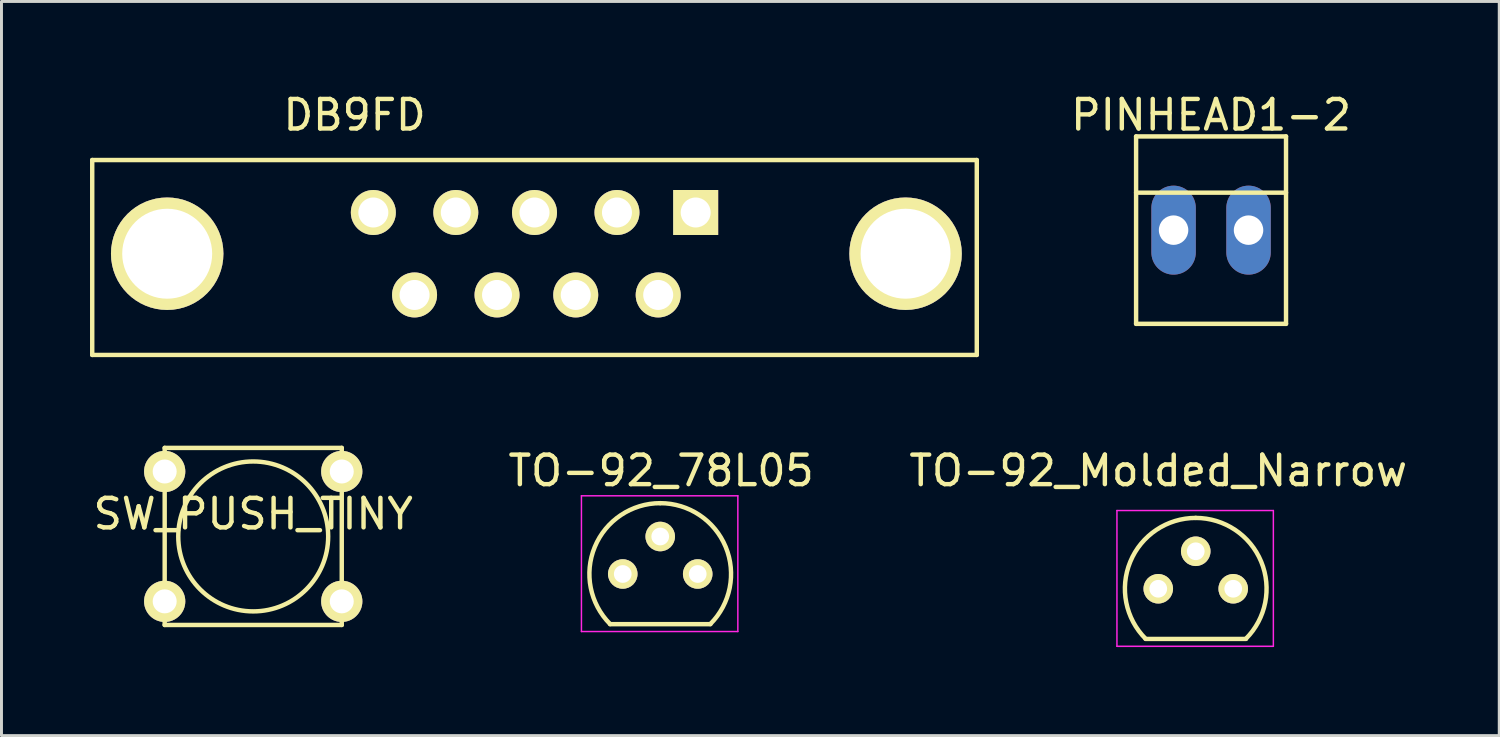
<source format=kicad_pcb>
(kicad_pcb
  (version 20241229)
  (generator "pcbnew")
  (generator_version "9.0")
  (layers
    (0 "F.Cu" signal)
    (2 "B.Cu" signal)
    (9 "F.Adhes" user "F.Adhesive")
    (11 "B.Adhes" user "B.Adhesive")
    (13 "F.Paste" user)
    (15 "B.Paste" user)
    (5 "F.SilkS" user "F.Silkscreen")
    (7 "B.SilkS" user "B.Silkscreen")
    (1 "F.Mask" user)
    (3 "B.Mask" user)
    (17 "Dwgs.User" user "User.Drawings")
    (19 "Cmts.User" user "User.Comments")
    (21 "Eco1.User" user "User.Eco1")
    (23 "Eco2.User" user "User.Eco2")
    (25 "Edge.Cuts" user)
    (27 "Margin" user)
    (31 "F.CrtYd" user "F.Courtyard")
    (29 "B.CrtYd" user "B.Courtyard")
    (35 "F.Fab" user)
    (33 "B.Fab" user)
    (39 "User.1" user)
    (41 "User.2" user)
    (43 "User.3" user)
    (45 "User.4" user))
  (footprint "TO-92_78L05"
    (layer "F.Cu")
    (at 18.051 16.399)
    (property "Reference" "TO-92_78L05" (at 1.3 -3.5 0) (layer "F.SilkS") (effects (font (size 1 1) (thickness 0.15))))
    (attr through_hole)
    (fp_line (start -0.43 1.7) (end 2.97 1.7) (stroke (width 0.15) (type solid)) (layer "F.SilkS"))
    (fp_arc (start -0.427056 1.697056) (mid -0.947311 -0.91844) (end 1.27 -2.4) (stroke (width 0.15) (type solid)) (layer "F.SilkS"))
    (fp_arc (start 1.27 -2.4) (mid 3.487311 -0.91844) (end 2.967056 1.697056) (stroke (width 0.15) (type solid)) (layer "F.SilkS"))
    (fp_line (start -1.4 -2.65) (end 3.9 -2.65) (stroke (width 0.05) (type solid)) (layer "F.CrtYd"))
    (fp_line (start -1.4 1.95) (end -1.4 -2.65) (stroke (width 0.05) (type solid)) (layer "F.CrtYd"))
    (fp_line (start -1.4 1.95) (end 3.9 1.95) (stroke (width 0.05) (type solid)) (layer "F.CrtYd"))
    (fp_line (start 3.9 1.95) (end 3.9 -2.65) (stroke (width 0.05) (type solid)) (layer "F.CrtYd"))
    (pad "GND" thru_hole circle (at 1.27 -1.27 90) (size 1.001 1.001) (drill 0.6) (layers "*.Cu" "*.Mask" "F.SilkS"))
    (pad "VI" thru_hole circle (at 2.54 0 90) (size 1.001 1.001) (drill 0.6) (layers "*.Cu" "*.Mask" "F.SilkS"))
    (pad "VO" thru_hole circle (at 0 0 90) (size 1.001 1.001) (drill 0.6) (layers "*.Cu" "*.Mask" "F.SilkS")))
  (footprint "PINHEAD1-2"
    (layer "F.Cu")
    (at 37.985 4.748)
    (property "Reference" "PINHEAD1-2" (at 0 -3.9 0) (layer "F.SilkS") (effects (font (size 1 1) (thickness 0.15))))
    (attr exclude_from_pos_files exclude_from_bom)
    (fp_line (start -2.54 -3.175) (end -2.54 3.175) (stroke (width 0.15) (type solid)) (layer "F.SilkS"))
    (fp_line (start -2.54 -3.175) (end 2.54 -3.175) (stroke (width 0.15) (type solid)) (layer "F.SilkS"))
    (fp_line (start 2.54 -3.175) (end 2.54 3.175) (stroke (width 0.15) (type solid)) (layer "F.SilkS"))
    (fp_line (start 2.54 -1.27) (end -2.54 -1.27) (stroke (width 0.15) (type solid)) (layer "F.SilkS"))
    (fp_line (start 2.54 3.175) (end -2.54 3.175) (stroke (width 0.15) (type solid)) (layer "F.SilkS"))
    (pad "1" thru_hole oval (at -1.27 0) (size 1.506 3.015) (drill 0.998) (layers "*.Cu" "*.Mask"))
    (pad "2" thru_hole oval (at 1.27 0) (size 1.506 3.015) (drill 0.998) (layers "*.Cu" "*.Mask")))
  (footprint "TO-92_Molded_Narrow"
    (layer "F.Cu")
    (at 36.196 16.899)
    (property "Reference" "TO-92_Molded_Narrow" (at 0 -4 0) (layer "F.SilkS") (effects (font (size 1 1) (thickness 0.15))))
    (attr through_hole)
    (fp_line (start -0.43 1.7) (end 2.97 1.7) (stroke (width 0.15) (type solid)) (layer "F.SilkS"))
    (fp_arc (start -0.427056 1.697056) (mid -0.947311 -0.91844) (end 1.27 -2.4) (stroke (width 0.15) (type solid)) (layer "F.SilkS"))
    (fp_arc (start 1.27 -2.4) (mid 3.487311 -0.91844) (end 2.967056 1.697056) (stroke (width 0.15) (type solid)) (layer "F.SilkS"))
    (fp_line (start -1.4 -2.65) (end 3.9 -2.65) (stroke (width 0.05) (type solid)) (layer "F.CrtYd"))
    (fp_line (start -1.4 1.95) (end -1.4 -2.65) (stroke (width 0.05) (type solid)) (layer "F.CrtYd"))
    (fp_line (start -1.4 1.95) (end 3.9 1.95) (stroke (width 0.05) (type solid)) (layer "F.CrtYd"))
    (fp_line (start 3.9 1.95) (end 3.9 -2.65) (stroke (width 0.05) (type solid)) (layer "F.CrtYd"))
    (pad "1" thru_hole circle (at 0 0 90) (size 1.001 1.001) (drill 0.6) (layers "*.Cu" "*.Mask" "F.SilkS"))
    (pad "2" thru_hole circle (at 1.27 -1.27 90) (size 1.001 1.001) (drill 0.6) (layers "*.Cu" "*.Mask" "F.SilkS"))
    (pad "3" thru_hole circle (at 2.54 0 90) (size 1.001 1.001) (drill 0.6) (layers "*.Cu" "*.Mask" "F.SilkS")))
  (footprint "SW_PUSH_TINY"
    (layer "F.Cu")
    (at 5.53 15.126)
    (property "Reference" "SW_PUSH_TINY" (at 0 -0.762 0) (layer "F.SilkS") (effects (font (size 1 1) (thickness 0.15))))
    (attr through_hole)
    (fp_line (start -3 -3) (end -3 3) (stroke (width 0.15) (type solid)) (layer "F.SilkS"))
    (fp_line (start -3 -3) (end 3 -3) (stroke (width 0.15) (type solid)) (layer "F.SilkS"))
    (fp_line (start 3 -3) (end 3 3) (stroke (width 0.15) (type solid)) (layer "F.SilkS"))
    (fp_line (start 3 3) (end -3 3) (stroke (width 0.15) (type solid)) (layer "F.SilkS"))
    (fp_circle (center 0 0) (end 0 -2.54) (stroke (width 0.15) (type solid)) (fill no) (layer "F.SilkS"))
    (pad "1" thru_hole circle (at -3 -2.2) (size 1.397 1.397) (drill 0.813) (layers "*.Cu" "*.Mask" "F.SilkS"))
    (pad "1" thru_hole circle (at 3 -2.2) (size 1.397 1.397) (drill 0.813) (layers "*.Cu" "*.Mask" "F.SilkS"))
    (pad "2" thru_hole circle (at -3 2.2) (size 1.397 1.397) (drill 0.813) (layers "*.Cu" "*.Mask" "F.SilkS"))
    (pad "2" thru_hole circle (at 3 2.2) (size 1.397 1.397) (drill 0.813) (layers "*.Cu" "*.Mask" "F.SilkS")))
  (footprint "DB9FD"
    (layer "F.Cu")
    (at 15.061 5.674)
    (property "Reference" "DB9FD" (at -6.096 -4.826 180) (layer "F.SilkS") (effects (font (size 1 1) (thickness 0.15))))
    (attr through_hole)
    (fp_line (start -14.986 -3.302) (end -14.986 3.302) (stroke (width 0.15) (type solid)) (layer "F.SilkS"))
    (fp_line (start -14.986 3.302) (end 14.986 3.302) (stroke (width 0.15) (type solid)) (layer "F.SilkS"))
    (fp_line (start 14.986 -3.302) (end -14.986 -3.302) (stroke (width 0.15) (type solid)) (layer "F.SilkS"))
    (fp_line (start 14.986 3.302) (end 14.986 -3.302) (stroke (width 0.15) (type solid)) (layer "F.SilkS"))
    (pad "0" thru_hole circle (at -12.446 -0.127) (size 3.81 3.81) (drill 3.048) (layers "*.Cu" "*.Mask" "F.SilkS"))
    (pad "0" thru_hole circle (at 12.573 -0.127) (size 3.81 3.81) (drill 3.048) (layers "*.Cu" "*.Mask" "F.SilkS"))
    (pad "1" thru_hole rect (at 5.461 -1.524) (size 1.524 1.524) (drill 1.016) (layers "*.Cu" "*.Mask" "F.SilkS"))
    (pad "2" thru_hole circle (at 2.794 -1.524) (size 1.524 1.524) (drill 1.016) (layers "*.Cu" "*.Mask" "F.SilkS"))
    (pad "3" thru_hole circle (at 0 -1.524) (size 1.524 1.524) (drill 1.016) (layers "*.Cu" "*.Mask" "F.SilkS"))
    (pad "4" thru_hole circle (at -2.667 -1.524) (size 1.524 1.524) (drill 1.016) (layers "*.Cu" "*.Mask" "F.SilkS"))
    (pad "5" thru_hole circle (at -5.461 -1.524) (size 1.524 1.524) (drill 1.016) (layers "*.Cu" "*.Mask" "F.SilkS"))
    (pad "6" thru_hole circle (at 4.191 1.27) (size 1.524 1.524) (drill 1.016) (layers "*.Cu" "*.Mask" "F.SilkS"))
    (pad "7" thru_hole circle (at 1.397 1.27) (size 1.524 1.524) (drill 1.016) (layers "*.Cu" "*.Mask" "F.SilkS"))
    (pad "8" thru_hole circle (at -1.27 1.27) (size 1.524 1.524) (drill 1.016) (layers "*.Cu" "*.Mask" "F.SilkS"))
    (pad "9" thru_hole circle (at -4.064 1.27) (size 1.524 1.524) (drill 1.016) (layers "*.Cu" "*.Mask" "F.SilkS")))
  (gr_rect
    (start -3 -3)
    (end 47.75 21.875)
    (stroke (width 0.1) (type default))
    (fill no)
    (layer "Edge.Cuts")))
</source>
